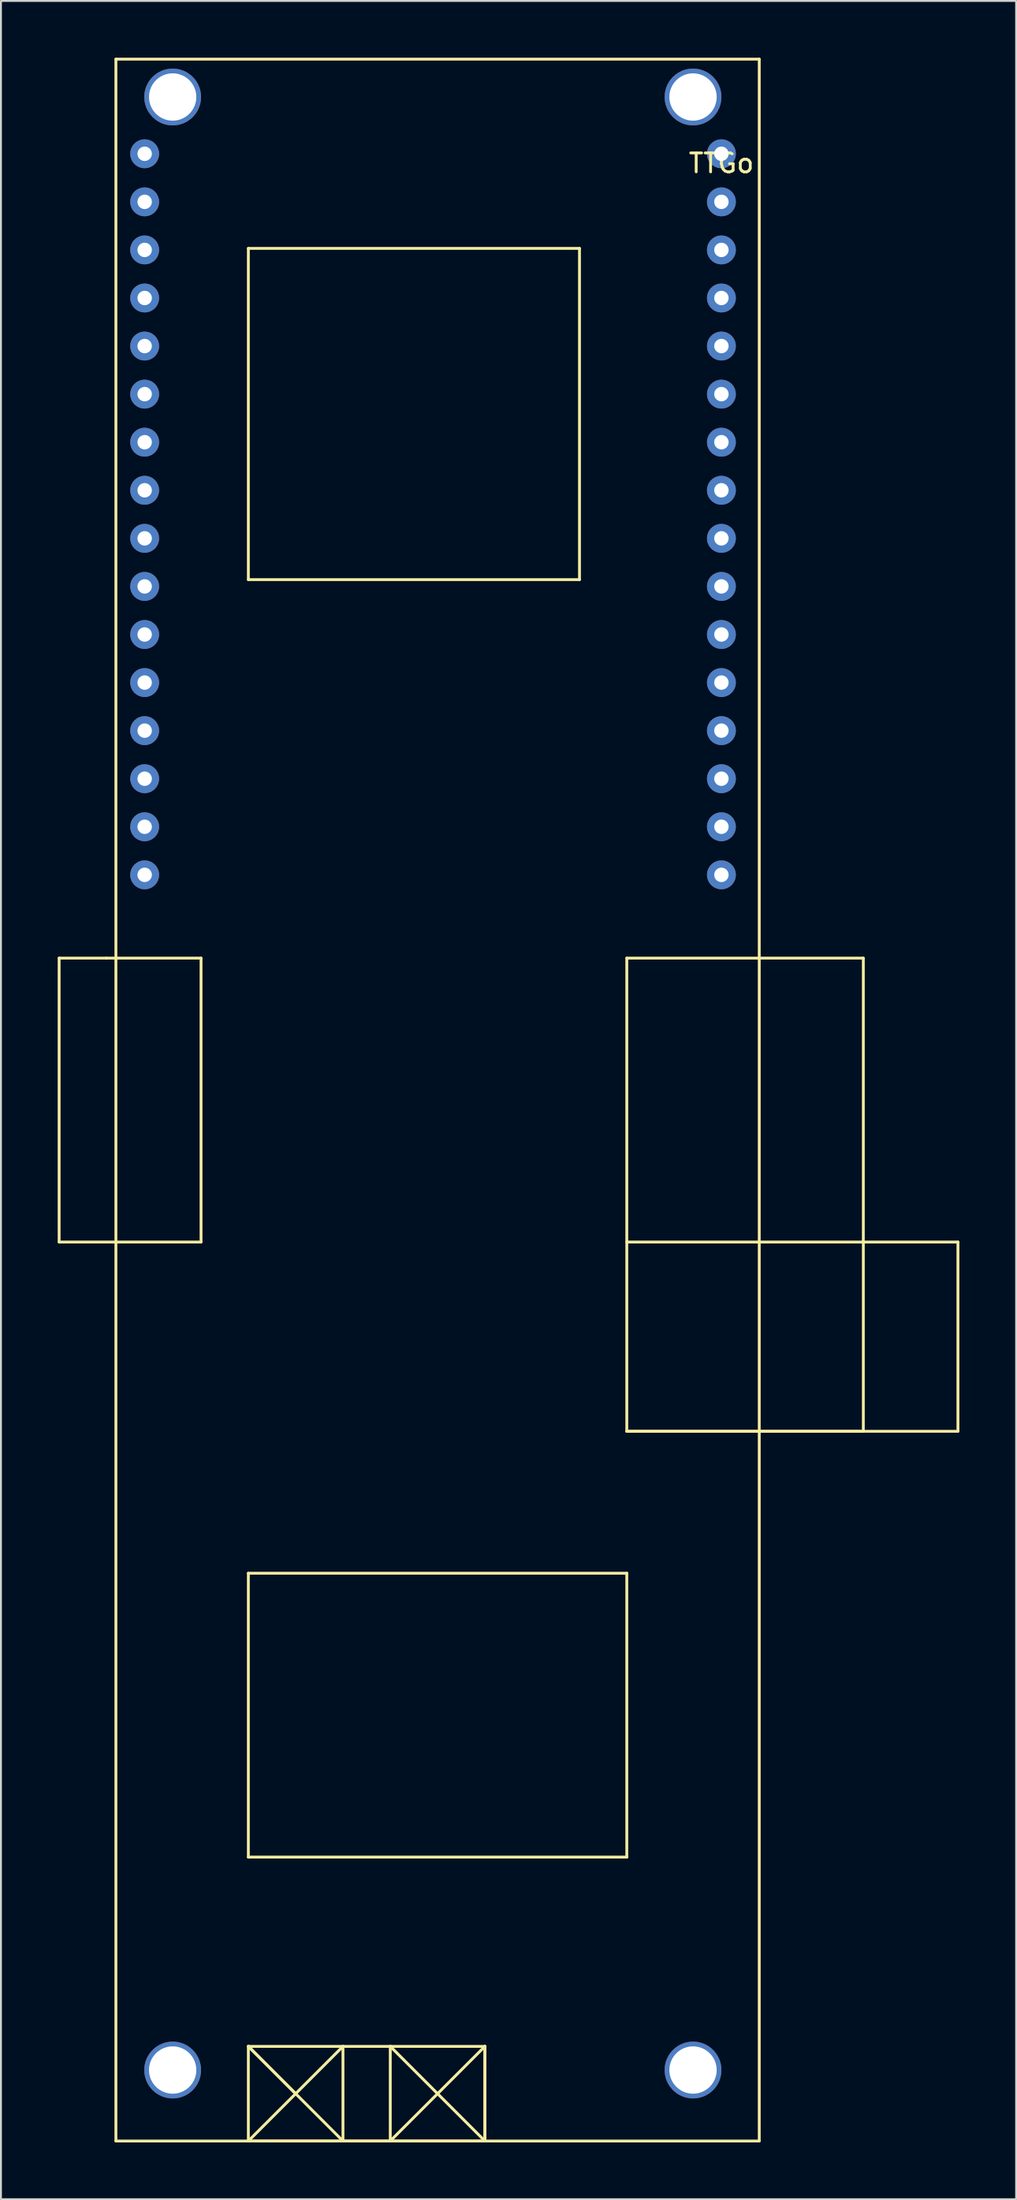
<source format=kicad_pcb>
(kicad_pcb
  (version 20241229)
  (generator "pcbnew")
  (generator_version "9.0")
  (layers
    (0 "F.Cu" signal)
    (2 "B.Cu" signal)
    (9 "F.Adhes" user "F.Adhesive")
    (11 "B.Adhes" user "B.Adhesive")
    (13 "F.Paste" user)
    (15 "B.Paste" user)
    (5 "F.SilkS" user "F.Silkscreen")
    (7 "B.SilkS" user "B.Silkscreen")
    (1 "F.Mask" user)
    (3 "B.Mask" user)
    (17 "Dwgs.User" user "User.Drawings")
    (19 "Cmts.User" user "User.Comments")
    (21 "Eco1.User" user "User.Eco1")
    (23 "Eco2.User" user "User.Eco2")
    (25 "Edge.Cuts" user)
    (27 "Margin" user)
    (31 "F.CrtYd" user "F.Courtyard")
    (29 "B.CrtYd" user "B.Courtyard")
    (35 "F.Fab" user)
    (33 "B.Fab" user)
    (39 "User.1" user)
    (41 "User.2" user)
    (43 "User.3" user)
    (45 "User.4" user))
  (footprint "TTGo"
    (layer "F.Cu")
    (at 35.075 5.075)
    (property "Reference" "TTGo" (at 0 0.5 0) (layer "F.SilkS") (effects (font (size 1 1) (thickness 0.15))))
    (attr through_hole)
    (fp_line (start -35 42.5) (end -35 57.5) (stroke (width 0.15) (type solid)) (layer "F.SilkS"))
    (fp_line (start -32.5 42.5) (end -35 42.5) (stroke (width 0.15) (type solid)) (layer "F.SilkS"))
    (fp_line (start -32.5 42.5) (end -27.5 42.5) (stroke (width 0.15) (type solid)) (layer "F.SilkS"))
    (fp_line (start -32 -5) (end -32 105) (stroke (width 0.15) (type solid)) (layer "F.SilkS"))
    (fp_line (start -32 -5) (end 2 -5) (stroke (width 0.15) (type solid)) (layer "F.SilkS"))
    (fp_line (start -32 105) (end 2 105) (stroke (width 0.15) (type solid)) (layer "F.SilkS"))
    (fp_line (start -27.5 42.5) (end -27.5 57.5) (stroke (width 0.15) (type solid)) (layer "F.SilkS"))
    (fp_line (start -27.5 57.5) (end -35 57.5) (stroke (width 0.15) (type solid)) (layer "F.SilkS"))
    (fp_line (start -25 5) (end -7.5 5) (stroke (width 0.15) (type solid)) (layer "F.SilkS"))
    (fp_line (start -25 22.5) (end -25 5) (stroke (width 0.15) (type solid)) (layer "F.SilkS"))
    (fp_line (start -25 75) (end -5 75) (stroke (width 0.15) (type solid)) (layer "F.SilkS"))
    (fp_line (start -25 90) (end -25 75) (stroke (width 0.15) (type solid)) (layer "F.SilkS"))
    (fp_line (start -25 100) (end -22.5 102.5) (stroke (width 0.15) (type solid)) (layer "F.SilkS"))
    (fp_line (start -25 100) (end -12.5 100) (stroke (width 0.15) (type solid)) (layer "F.SilkS"))
    (fp_line (start -25 105) (end -25 100) (stroke (width 0.15) (type solid)) (layer "F.SilkS"))
    (fp_line (start -22.5 102.5) (end -25 100) (stroke (width 0.15) (type solid)) (layer "F.SilkS"))
    (fp_line (start -22.5 102.5) (end -20 105) (stroke (width 0.15) (type solid)) (layer "F.SilkS"))
    (fp_line (start -20 100) (end -25 105) (stroke (width 0.15) (type solid)) (layer "F.SilkS"))
    (fp_line (start -20 105) (end -20 100) (stroke (width 0.15) (type solid)) (layer "F.SilkS"))
    (fp_line (start -17.5 100) (end -12.5 105) (stroke (width 0.15) (type solid)) (layer "F.SilkS"))
    (fp_line (start -17.5 105) (end -17.5 100) (stroke (width 0.15) (type solid)) (layer "F.SilkS"))
    (fp_line (start -12.5 100) (end -17.5 105) (stroke (width 0.15) (type solid)) (layer "F.SilkS"))
    (fp_line (start -12.5 100) (end -12.5 105) (stroke (width 0.15) (type solid)) (layer "F.SilkS"))
    (fp_line (start -12.5 105) (end -25 105) (stroke (width 0.15) (type solid)) (layer "F.SilkS"))
    (fp_line (start -12.5 105) (end -12.5 100) (stroke (width 0.15) (type solid)) (layer "F.SilkS"))
    (fp_line (start -7.5 5) (end -7.5 22.5) (stroke (width 0.15) (type solid)) (layer "F.SilkS"))
    (fp_line (start -7.5 22.5) (end -25 22.5) (stroke (width 0.15) (type solid)) (layer "F.SilkS"))
    (fp_line (start -5 42.5) (end 7.5 42.5) (stroke (width 0.15) (type solid)) (layer "F.SilkS"))
    (fp_line (start -5 57.5) (end 12.5 57.5) (stroke (width 0.15) (type solid)) (layer "F.SilkS"))
    (fp_line (start -5 67.5) (end -5 42.5) (stroke (width 0.15) (type solid)) (layer "F.SilkS"))
    (fp_line (start -5 75) (end -5 90) (stroke (width 0.15) (type solid)) (layer "F.SilkS"))
    (fp_line (start -5 90) (end -25 90) (stroke (width 0.15) (type solid)) (layer "F.SilkS"))
    (fp_line (start 2 105) (end 2 -5) (stroke (width 0.15) (type solid)) (layer "F.SilkS"))
    (fp_line (start 7.5 42.5) (end 7.5 67.5) (stroke (width 0.15) (type solid)) (layer "F.SilkS"))
    (fp_line (start 7.5 67.5) (end -5 67.5) (stroke (width 0.15) (type solid)) (layer "F.SilkS"))
    (fp_line (start 12.5 57.5) (end 12.5 67.5) (stroke (width 0.15) (type solid)) (layer "F.SilkS"))
    (fp_line (start 12.5 67.5) (end -5 67.5) (stroke (width 0.15) (type solid)) (layer "F.SilkS"))
    (pad "" thru_hole circle (at -29 -3) (size 3 3) (drill 2.5) (layers "*.Cu" "*.Mask"))
    (pad "" thru_hole circle (at -29 101.25) (size 3 3) (drill 2.5) (layers "*.Cu" "*.Mask"))
    (pad "" thru_hole circle (at -1.5 -3) (size 3 3) (drill 2.5) (layers "*.Cu" "*.Mask"))
    (pad "" thru_hole circle (at -1.5 101.25) (size 3 3) (drill 2.5) (layers "*.Cu" "*.Mask"))
    (pad "1" thru_hole circle (at 0 0) (size 1.524 1.524) (drill 0.762) (layers "*.Cu" "*.Mask"))
    (pad "2" thru_hole circle (at 0 2.54) (size 1.524 1.524) (drill 0.762) (layers "*.Cu" "*.Mask"))
    (pad "3" thru_hole circle (at 0 5.08) (size 1.524 1.524) (drill 0.762) (layers "*.Cu" "*.Mask"))
    (pad "4" thru_hole circle (at 0 7.62) (size 1.524 1.524) (drill 0.762) (layers "*.Cu" "*.Mask"))
    (pad "5" thru_hole circle (at 0 10.16) (size 1.524 1.524) (drill 0.762) (layers "*.Cu" "*.Mask"))
    (pad "6" thru_hole circle (at 0 12.7) (size 1.524 1.524) (drill 0.762) (layers "*.Cu" "*.Mask"))
    (pad "7" thru_hole circle (at 0 15.24) (size 1.524 1.524) (drill 0.762) (layers "*.Cu" "*.Mask"))
    (pad "8" thru_hole circle (at 0 17.78) (size 1.524 1.524) (drill 0.762) (layers "*.Cu" "*.Mask"))
    (pad "9" thru_hole circle (at 0 20.32) (size 1.524 1.524) (drill 0.762) (layers "*.Cu" "*.Mask"))
    (pad "10" thru_hole circle (at 0 22.86) (size 1.524 1.524) (drill 0.762) (layers "*.Cu" "*.Mask"))
    (pad "11" thru_hole circle (at 0 25.4) (size 1.524 1.524) (drill 0.762) (layers "*.Cu" "*.Mask"))
    (pad "12" thru_hole circle (at 0 27.94) (size 1.524 1.524) (drill 0.762) (layers "*.Cu" "*.Mask"))
    (pad "13" thru_hole circle (at 0 30.48) (size 1.524 1.524) (drill 0.762) (layers "*.Cu" "*.Mask"))
    (pad "14" thru_hole circle (at 0 33.02) (size 1.524 1.524) (drill 0.762) (layers "*.Cu" "*.Mask"))
    (pad "15" thru_hole circle (at 0 35.56) (size 1.524 1.524) (drill 0.762) (layers "*.Cu" "*.Mask"))
    (pad "16" thru_hole circle (at 0 38.1) (size 1.524 1.524) (drill 0.762) (layers "*.Cu" "*.Mask"))
    (pad "17" thru_hole circle (at -30.48 0) (size 1.524 1.524) (drill 0.762) (layers "*.Cu" "*.Mask"))
    (pad "18" thru_hole circle (at -30.48 2.54) (size 1.524 1.524) (drill 0.762) (layers "*.Cu" "*.Mask"))
    (pad "19" thru_hole circle (at -30.48 5.08) (size 1.524 1.524) (drill 0.762) (layers "*.Cu" "*.Mask"))
    (pad "20" thru_hole circle (at -30.48 7.62) (size 1.524 1.524) (drill 0.762) (layers "*.Cu" "*.Mask"))
    (pad "21" thru_hole circle (at -30.48 10.16) (size 1.524 1.524) (drill 0.762) (layers "*.Cu" "*.Mask"))
    (pad "22" thru_hole circle (at -30.48 12.7) (size 1.524 1.524) (drill 0.762) (layers "*.Cu" "*.Mask"))
    (pad "23" thru_hole circle (at -30.48 15.24) (size 1.524 1.524) (drill 0.762) (layers "*.Cu" "*.Mask"))
    (pad "24" thru_hole circle (at -30.48 17.78) (size 1.524 1.524) (drill 0.762) (layers "*.Cu" "*.Mask"))
    (pad "25" thru_hole circle (at -30.48 20.32) (size 1.524 1.524) (drill 0.762) (layers "*.Cu" "*.Mask"))
    (pad "26" thru_hole circle (at -30.48 22.86) (size 1.524 1.524) (drill 0.762) (layers "*.Cu" "*.Mask"))
    (pad "27" thru_hole circle (at -30.48 25.4) (size 1.524 1.524) (drill 0.762) (layers "*.Cu" "*.Mask"))
    (pad "28" thru_hole circle (at -30.48 27.94) (size 1.524 1.524) (drill 0.762) (layers "*.Cu" "*.Mask"))
    (pad "29" thru_hole circle (at -30.48 30.48) (size 1.524 1.524) (drill 0.762) (layers "*.Cu" "*.Mask"))
    (pad "30" thru_hole circle (at -30.48 33.02) (size 1.524 1.524) (drill 0.762) (layers "*.Cu" "*.Mask"))
    (pad "31" thru_hole circle (at -30.48 35.56) (size 1.524 1.524) (drill 0.762) (layers "*.Cu" "*.Mask"))
    (pad "32" thru_hole circle (at -30.48 38.1) (size 1.524 1.524) (drill 0.762) (layers "*.Cu" "*.Mask")))
  (gr_rect
    (start -3 -3)
    (end 50.65 113.15)
    (stroke (width 0.1) (type default))
    (fill no)
    (layer "Edge.Cuts")))
</source>
